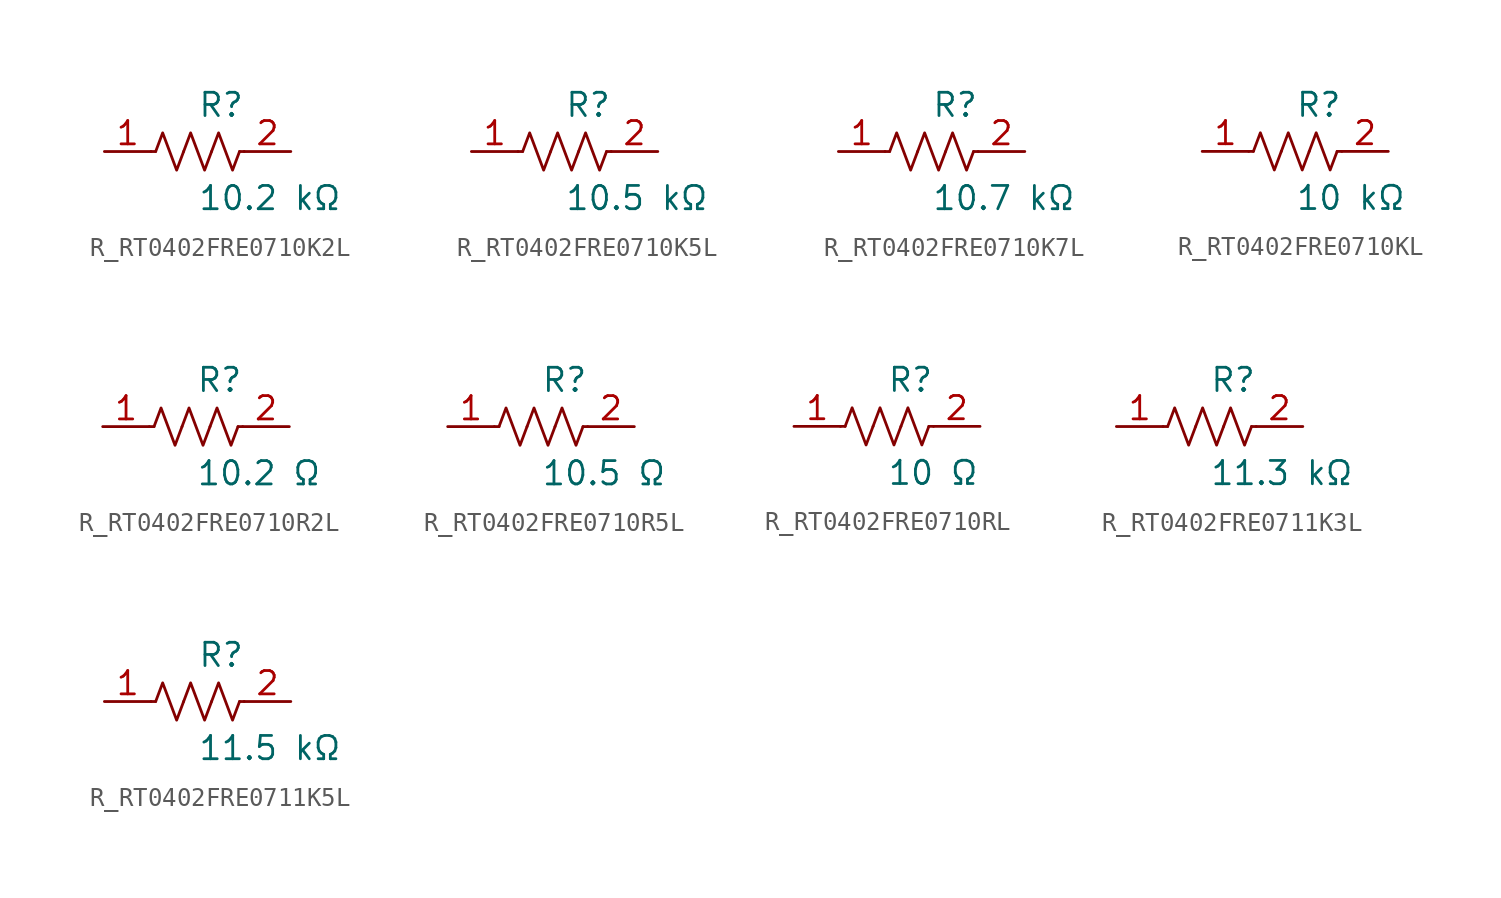
<source format=kicad_sym>
(kicad_symbol_lib
  (version 20231120)
  (generator kicad_symbol_editor)
  (generator_version 8.0)
  (symbol "R_RT0402FRE0710K2L"
    (pin_names
      (offset 0.254))
    (property "Reference" "R"
      (at 0.0 2.54 0)
      (effects (font (size 1.27 1.27)) (justify left)))
    (property "Value" "10.2 kΩ"
      (at 0.0 -2.54 0)
      (effects (font (size 1.27 1.27)) (justify left)))
    (symbol "R_RT0402FRE0710K2L_0_1"
      (polyline (pts (xy 2.286 0) (xy 2.54 0)) (stroke (width 0) (type default)) (fill (type none)))
      (polyline (pts (xy -2.286 0) (xy -2.54 0)) (stroke (width 0) (type default)) (fill (type none)))
      (polyline (pts (xy 0.762 0) (xy 1.143 1.016) (xy 1.524 0) (xy 1.905 -1.016) (xy 2.286 0)) (stroke (width 0) (type default)) (fill (type none)))
      (polyline (pts (xy -0.762 0) (xy -0.381 1.016) (xy 0 0) (xy 0.381 -1.016) (xy 0.762 0)) (stroke (width 0) (type default)) (fill (type none)))
      (polyline (pts (xy -2.286 0) (xy -1.905 1.016) (xy -1.524 0) (xy -1.143 -1.016) (xy -0.762 0)) (stroke (width 0) (type default)) (fill (type none))))
    (pin unspecified line
      (at -5.08 0 0)
      (length 2.54)
      (name "" (effects (font (size 1.27 1.27))))
      (number "1" (effects (font (size 1.27 1.27)))))
    (pin unspecified line
      (at 5.08 0 180)
      (length 2.54)
      (name "" (effects (font (size 1.27 1.27))))
      (number "2" (effects (font (size 1.27 1.27))))))
  (symbol "R_RT0402FRE0710K5L"
    (pin_names
      (offset 0.254))
    (property "Reference" "R"
      (at 0.0 2.54 0)
      (effects (font (size 1.27 1.27)) (justify left)))
    (property "Value" "10.5 kΩ"
      (at 0.0 -2.54 0)
      (effects (font (size 1.27 1.27)) (justify left)))
    (symbol "R_RT0402FRE0710K5L_0_1"
      (polyline (pts (xy 2.286 0) (xy 2.54 0)) (stroke (width 0) (type default)) (fill (type none)))
      (polyline (pts (xy -2.286 0) (xy -2.54 0)) (stroke (width 0) (type default)) (fill (type none)))
      (polyline (pts (xy 0.762 0) (xy 1.143 1.016) (xy 1.524 0) (xy 1.905 -1.016) (xy 2.286 0)) (stroke (width 0) (type default)) (fill (type none)))
      (polyline (pts (xy -0.762 0) (xy -0.381 1.016) (xy 0 0) (xy 0.381 -1.016) (xy 0.762 0)) (stroke (width 0) (type default)) (fill (type none)))
      (polyline (pts (xy -2.286 0) (xy -1.905 1.016) (xy -1.524 0) (xy -1.143 -1.016) (xy -0.762 0)) (stroke (width 0) (type default)) (fill (type none))))
    (pin unspecified line
      (at -5.08 0 0)
      (length 2.54)
      (name "" (effects (font (size 1.27 1.27))))
      (number "1" (effects (font (size 1.27 1.27)))))
    (pin unspecified line
      (at 5.08 0 180)
      (length 2.54)
      (name "" (effects (font (size 1.27 1.27))))
      (number "2" (effects (font (size 1.27 1.27))))))
  (symbol "R_RT0402FRE0710K7L"
    (pin_names
      (offset 0.254))
    (property "Reference" "R"
      (at 0.0 2.54 0)
      (effects (font (size 1.27 1.27)) (justify left)))
    (property "Value" "10.7 kΩ"
      (at 0.0 -2.54 0)
      (effects (font (size 1.27 1.27)) (justify left)))
    (symbol "R_RT0402FRE0710K7L_0_1"
      (polyline (pts (xy 2.286 0) (xy 2.54 0)) (stroke (width 0) (type default)) (fill (type none)))
      (polyline (pts (xy -2.286 0) (xy -2.54 0)) (stroke (width 0) (type default)) (fill (type none)))
      (polyline (pts (xy 0.762 0) (xy 1.143 1.016) (xy 1.524 0) (xy 1.905 -1.016) (xy 2.286 0)) (stroke (width 0) (type default)) (fill (type none)))
      (polyline (pts (xy -0.762 0) (xy -0.381 1.016) (xy 0 0) (xy 0.381 -1.016) (xy 0.762 0)) (stroke (width 0) (type default)) (fill (type none)))
      (polyline (pts (xy -2.286 0) (xy -1.905 1.016) (xy -1.524 0) (xy -1.143 -1.016) (xy -0.762 0)) (stroke (width 0) (type default)) (fill (type none))))
    (pin unspecified line
      (at -5.08 0 0)
      (length 2.54)
      (name "" (effects (font (size 1.27 1.27))))
      (number "1" (effects (font (size 1.27 1.27)))))
    (pin unspecified line
      (at 5.08 0 180)
      (length 2.54)
      (name "" (effects (font (size 1.27 1.27))))
      (number "2" (effects (font (size 1.27 1.27))))))
  (symbol "R_RT0402FRE0710KL"
    (pin_names
      (offset 0.254))
    (property "Reference" "R"
      (at 0.0 2.54 0)
      (effects (font (size 1.27 1.27)) (justify left)))
    (property "Value" "10 kΩ"
      (at 0.0 -2.54 0)
      (effects (font (size 1.27 1.27)) (justify left)))
    (symbol "R_RT0402FRE0710KL_0_1"
      (polyline (pts (xy 2.286 0) (xy 2.54 0)) (stroke (width 0) (type default)) (fill (type none)))
      (polyline (pts (xy -2.286 0) (xy -2.54 0)) (stroke (width 0) (type default)) (fill (type none)))
      (polyline (pts (xy 0.762 0) (xy 1.143 1.016) (xy 1.524 0) (xy 1.905 -1.016) (xy 2.286 0)) (stroke (width 0) (type default)) (fill (type none)))
      (polyline (pts (xy -0.762 0) (xy -0.381 1.016) (xy 0 0) (xy 0.381 -1.016) (xy 0.762 0)) (stroke (width 0) (type default)) (fill (type none)))
      (polyline (pts (xy -2.286 0) (xy -1.905 1.016) (xy -1.524 0) (xy -1.143 -1.016) (xy -0.762 0)) (stroke (width 0) (type default)) (fill (type none))))
    (pin unspecified line
      (at -5.08 0 0)
      (length 2.54)
      (name "" (effects (font (size 1.27 1.27))))
      (number "1" (effects (font (size 1.27 1.27)))))
    (pin unspecified line
      (at 5.08 0 180)
      (length 2.54)
      (name "" (effects (font (size 1.27 1.27))))
      (number "2" (effects (font (size 1.27 1.27))))))
  (symbol "R_RT0402FRE0710R2L"
    (pin_names
      (offset 0.254))
    (property "Reference" "R"
      (at 0.0 2.54 0)
      (effects (font (size 1.27 1.27)) (justify left)))
    (property "Value" "10.2 Ω"
      (at 0.0 -2.54 0)
      (effects (font (size 1.27 1.27)) (justify left)))
    (symbol "R_RT0402FRE0710R2L_0_1"
      (polyline (pts (xy 2.286 0) (xy 2.54 0)) (stroke (width 0) (type default)) (fill (type none)))
      (polyline (pts (xy -2.286 0) (xy -2.54 0)) (stroke (width 0) (type default)) (fill (type none)))
      (polyline (pts (xy 0.762 0) (xy 1.143 1.016) (xy 1.524 0) (xy 1.905 -1.016) (xy 2.286 0)) (stroke (width 0) (type default)) (fill (type none)))
      (polyline (pts (xy -0.762 0) (xy -0.381 1.016) (xy 0 0) (xy 0.381 -1.016) (xy 0.762 0)) (stroke (width 0) (type default)) (fill (type none)))
      (polyline (pts (xy -2.286 0) (xy -1.905 1.016) (xy -1.524 0) (xy -1.143 -1.016) (xy -0.762 0)) (stroke (width 0) (type default)) (fill (type none))))
    (pin unspecified line
      (at -5.08 0 0)
      (length 2.54)
      (name "" (effects (font (size 1.27 1.27))))
      (number "1" (effects (font (size 1.27 1.27)))))
    (pin unspecified line
      (at 5.08 0 180)
      (length 2.54)
      (name "" (effects (font (size 1.27 1.27))))
      (number "2" (effects (font (size 1.27 1.27))))))
  (symbol "R_RT0402FRE0710R5L"
    (pin_names
      (offset 0.254))
    (property "Reference" "R"
      (at 0.0 2.54 0)
      (effects (font (size 1.27 1.27)) (justify left)))
    (property "Value" "10.5 Ω"
      (at 0.0 -2.54 0)
      (effects (font (size 1.27 1.27)) (justify left)))
    (symbol "R_RT0402FRE0710R5L_0_1"
      (polyline (pts (xy 2.286 0) (xy 2.54 0)) (stroke (width 0) (type default)) (fill (type none)))
      (polyline (pts (xy -2.286 0) (xy -2.54 0)) (stroke (width 0) (type default)) (fill (type none)))
      (polyline (pts (xy 0.762 0) (xy 1.143 1.016) (xy 1.524 0) (xy 1.905 -1.016) (xy 2.286 0)) (stroke (width 0) (type default)) (fill (type none)))
      (polyline (pts (xy -0.762 0) (xy -0.381 1.016) (xy 0 0) (xy 0.381 -1.016) (xy 0.762 0)) (stroke (width 0) (type default)) (fill (type none)))
      (polyline (pts (xy -2.286 0) (xy -1.905 1.016) (xy -1.524 0) (xy -1.143 -1.016) (xy -0.762 0)) (stroke (width 0) (type default)) (fill (type none))))
    (pin unspecified line
      (at -5.08 0 0)
      (length 2.54)
      (name "" (effects (font (size 1.27 1.27))))
      (number "1" (effects (font (size 1.27 1.27)))))
    (pin unspecified line
      (at 5.08 0 180)
      (length 2.54)
      (name "" (effects (font (size 1.27 1.27))))
      (number "2" (effects (font (size 1.27 1.27))))))
  (symbol "R_RT0402FRE0710RL"
    (pin_names
      (offset 0.254))
    (property "Reference" "R"
      (at 0.0 2.54 0)
      (effects (font (size 1.27 1.27)) (justify left)))
    (property "Value" "10 Ω"
      (at 0.0 -2.54 0)
      (effects (font (size 1.27 1.27)) (justify left)))
    (symbol "R_RT0402FRE0710RL_0_1"
      (polyline (pts (xy 2.286 0) (xy 2.54 0)) (stroke (width 0) (type default)) (fill (type none)))
      (polyline (pts (xy -2.286 0) (xy -2.54 0)) (stroke (width 0) (type default)) (fill (type none)))
      (polyline (pts (xy 0.762 0) (xy 1.143 1.016) (xy 1.524 0) (xy 1.905 -1.016) (xy 2.286 0)) (stroke (width 0) (type default)) (fill (type none)))
      (polyline (pts (xy -0.762 0) (xy -0.381 1.016) (xy 0 0) (xy 0.381 -1.016) (xy 0.762 0)) (stroke (width 0) (type default)) (fill (type none)))
      (polyline (pts (xy -2.286 0) (xy -1.905 1.016) (xy -1.524 0) (xy -1.143 -1.016) (xy -0.762 0)) (stroke (width 0) (type default)) (fill (type none))))
    (pin unspecified line
      (at -5.08 0 0)
      (length 2.54)
      (name "" (effects (font (size 1.27 1.27))))
      (number "1" (effects (font (size 1.27 1.27)))))
    (pin unspecified line
      (at 5.08 0 180)
      (length 2.54)
      (name "" (effects (font (size 1.27 1.27))))
      (number "2" (effects (font (size 1.27 1.27))))))
  (symbol "R_RT0402FRE0711K3L"
    (pin_names
      (offset 0.254))
    (property "Reference" "R"
      (at 0.0 2.54 0)
      (effects (font (size 1.27 1.27)) (justify left)))
    (property "Value" "11.3 kΩ"
      (at 0.0 -2.54 0)
      (effects (font (size 1.27 1.27)) (justify left)))
    (symbol "R_RT0402FRE0711K3L_0_1"
      (polyline (pts (xy 2.286 0) (xy 2.54 0)) (stroke (width 0) (type default)) (fill (type none)))
      (polyline (pts (xy -2.286 0) (xy -2.54 0)) (stroke (width 0) (type default)) (fill (type none)))
      (polyline (pts (xy 0.762 0) (xy 1.143 1.016) (xy 1.524 0) (xy 1.905 -1.016) (xy 2.286 0)) (stroke (width 0) (type default)) (fill (type none)))
      (polyline (pts (xy -0.762 0) (xy -0.381 1.016) (xy 0 0) (xy 0.381 -1.016) (xy 0.762 0)) (stroke (width 0) (type default)) (fill (type none)))
      (polyline (pts (xy -2.286 0) (xy -1.905 1.016) (xy -1.524 0) (xy -1.143 -1.016) (xy -0.762 0)) (stroke (width 0) (type default)) (fill (type none))))
    (pin unspecified line
      (at -5.08 0 0)
      (length 2.54)
      (name "" (effects (font (size 1.27 1.27))))
      (number "1" (effects (font (size 1.27 1.27)))))
    (pin unspecified line
      (at 5.08 0 180)
      (length 2.54)
      (name "" (effects (font (size 1.27 1.27))))
      (number "2" (effects (font (size 1.27 1.27))))))
  (symbol "R_RT0402FRE0711K5L"
    (pin_names
      (offset 0.254))
    (property "Reference" "R"
      (at 0.0 2.54 0)
      (effects (font (size 1.27 1.27)) (justify left)))
    (property "Value" "11.5 kΩ"
      (at 0.0 -2.54 0)
      (effects (font (size 1.27 1.27)) (justify left)))
    (symbol "R_RT0402FRE0711K5L_0_1"
      (polyline (pts (xy 2.286 0) (xy 2.54 0)) (stroke (width 0) (type default)) (fill (type none)))
      (polyline (pts (xy -2.286 0) (xy -2.54 0)) (stroke (width 0) (type default)) (fill (type none)))
      (polyline (pts (xy 0.762 0) (xy 1.143 1.016) (xy 1.524 0) (xy 1.905 -1.016) (xy 2.286 0)) (stroke (width 0) (type default)) (fill (type none)))
      (polyline (pts (xy -0.762 0) (xy -0.381 1.016) (xy 0 0) (xy 0.381 -1.016) (xy 0.762 0)) (stroke (width 0) (type default)) (fill (type none)))
      (polyline (pts (xy -2.286 0) (xy -1.905 1.016) (xy -1.524 0) (xy -1.143 -1.016) (xy -0.762 0)) (stroke (width 0) (type default)) (fill (type none))))
    (pin unspecified line
      (at -5.08 0 0)
      (length 2.54)
      (name "" (effects (font (size 1.27 1.27))))
      (number "1" (effects (font (size 1.27 1.27)))))
    (pin unspecified line
      (at 5.08 0 180)
      (length 2.54)
      (name "" (effects (font (size 1.27 1.27))))
      (number "2" (effects (font (size 1.27 1.27)))))))
</source>
